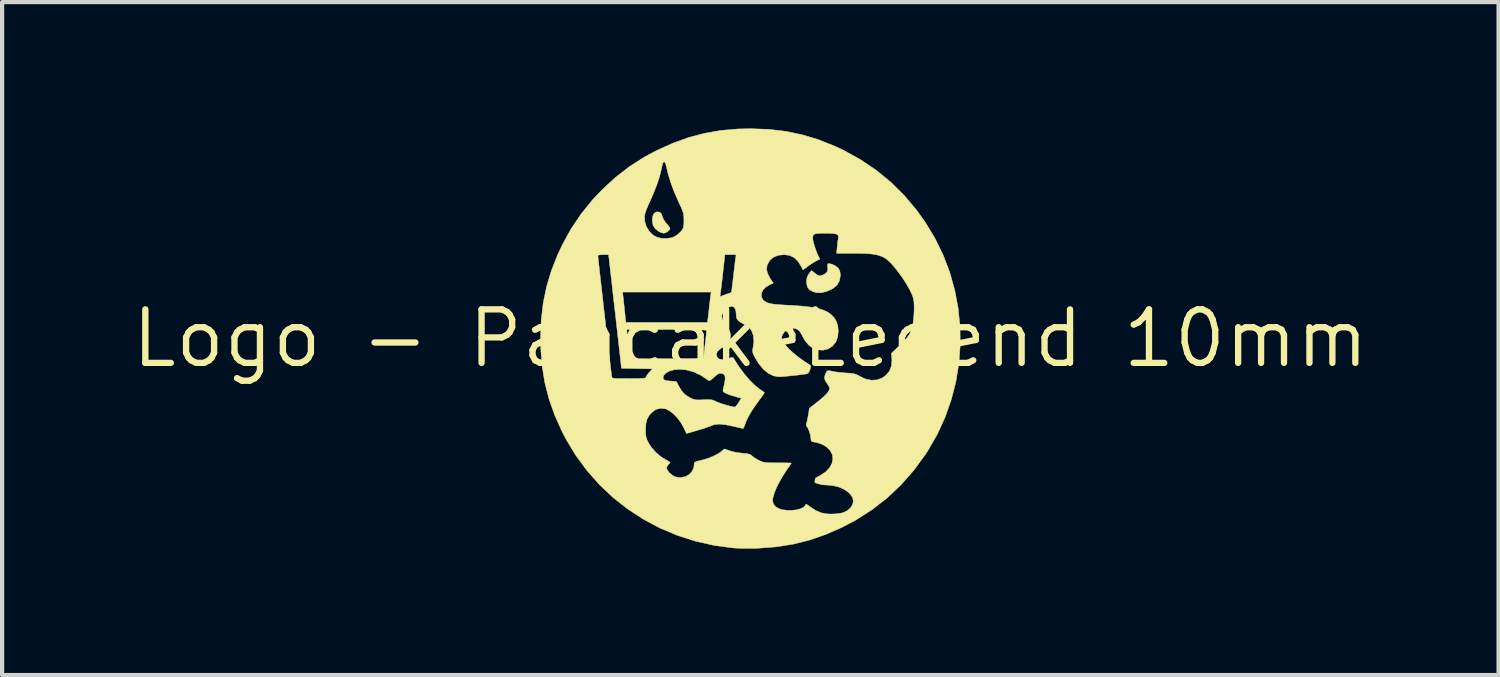
<source format=kicad_pcb>
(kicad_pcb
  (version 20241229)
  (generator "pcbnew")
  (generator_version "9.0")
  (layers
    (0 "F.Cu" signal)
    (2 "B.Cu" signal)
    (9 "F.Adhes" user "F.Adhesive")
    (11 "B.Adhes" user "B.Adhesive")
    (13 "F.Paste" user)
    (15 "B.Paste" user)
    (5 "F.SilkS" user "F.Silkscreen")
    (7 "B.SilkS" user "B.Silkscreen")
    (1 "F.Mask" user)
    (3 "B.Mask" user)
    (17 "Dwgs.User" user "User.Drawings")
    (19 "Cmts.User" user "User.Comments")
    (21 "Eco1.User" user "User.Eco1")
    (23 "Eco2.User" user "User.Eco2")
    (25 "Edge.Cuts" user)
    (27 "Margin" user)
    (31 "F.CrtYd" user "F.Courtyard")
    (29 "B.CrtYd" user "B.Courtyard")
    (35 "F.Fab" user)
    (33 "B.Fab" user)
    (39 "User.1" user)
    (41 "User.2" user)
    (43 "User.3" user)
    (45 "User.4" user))
  (footprint "Logo - PancakeLegend 10mm"
    (layer "F.Cu")
    (at 14.763 4.985)
    (property "Reference" "Logo - PancakeLegend 10mm" (at 0 0 0) (layer "F.SilkS") (effects (font (size 1.27 1.27) (thickness 0.15))))
    (attr through_hole)
    (fp_poly (pts (xy -2.146 -2.995) (xy -2.11 -2.959) (xy -2.087 -2.889) (xy -2.086 -2.885) (xy -2.063 -2.831) (xy -2.021 -2.766) (xy -1.988 -2.726) (xy -1.943 -2.673) (xy -1.913 -2.631) (xy -1.905 -2.612) (xy -1.922 -2.575) (xy -1.965 -2.536) (xy -2.016 -2.507) (xy -2.055 -2.498) (xy -2.108 -2.509) (xy -2.168 -2.536) (xy -2.171 -2.538) (xy -2.26 -2.607) (xy -2.31 -2.688) (xy -2.328 -2.789) (xy -2.328 -2.803) (xy -2.317 -2.905) (xy -2.284 -2.972) (xy -2.228 -3.003) (xy -2.203 -3.006) (xy -2.146 -2.995)) (stroke (width 0.01) (type solid)) (fill yes) (layer "F.SilkS"))
    (fp_poly (pts (xy 1.942 -1.762) (xy 2.022 -1.722) (xy 2.087 -1.668) (xy 2.092 -1.661) (xy 2.124 -1.603) (xy 2.137 -1.526) (xy 2.138 -1.493) (xy 2.118 -1.373) (xy 2.061 -1.272) (xy 1.967 -1.189) (xy 1.836 -1.126) (xy 1.792 -1.111) (xy 1.674 -1.085) (xy 1.575 -1.086) (xy 1.482 -1.113) (xy 1.482 -1.113) (xy 1.4 -1.162) (xy 1.353 -1.227) (xy 1.335 -1.318) (xy 1.334 -1.344) (xy 1.343 -1.435) (xy 1.375 -1.511) (xy 1.387 -1.53) (xy 1.422 -1.577) (xy 1.447 -1.605) (xy 1.453 -1.609) (xy 1.475 -1.596) (xy 1.516 -1.564) (xy 1.54 -1.543) (xy 1.595 -1.502) (xy 1.639 -1.487) (xy 1.679 -1.491) (xy 1.743 -1.515) (xy 1.795 -1.551) (xy 1.828 -1.59) (xy 1.839 -1.636) (xy 1.836 -1.688) (xy 1.832 -1.745) (xy 1.84 -1.771) (xy 1.863 -1.778) (xy 1.866 -1.778) (xy 1.942 -1.762)) (stroke (width 0.01) (type solid)) (fill yes) (layer "F.SilkS"))
    (fp_poly (pts (xy 0.434 -4.965) (xy 0.845 -4.917) (xy 1.241 -4.834) (xy 1.629 -4.716) (xy 2.015 -4.561) (xy 2.218 -4.465) (xy 2.621 -4.243) (xy 2.993 -3.991) (xy 3.338 -3.708) (xy 3.656 -3.393) (xy 3.949 -3.045) (xy 4.152 -2.761) (xy 4.384 -2.378) (xy 4.579 -1.978) (xy 4.736 -1.566) (xy 4.854 -1.143) (xy 4.935 -0.712) (xy 4.978 -0.277) (xy 4.983 0.16) (xy 4.951 0.595) (xy 4.88 1.027) (xy 4.771 1.453) (xy 4.625 1.868) (xy 4.441 2.272) (xy 4.218 2.66) (xy 4.152 2.761) (xy 3.876 3.137) (xy 3.574 3.479) (xy 3.247 3.788) (xy 2.893 4.063) (xy 2.512 4.307) (xy 2.191 4.477) (xy 1.799 4.65) (xy 1.411 4.785) (xy 1.018 4.884) (xy 0.612 4.948) (xy 0.185 4.981) (xy 0.124 4.983) (xy -0.011 4.985) (xy -0.151 4.984) (xy -0.282 4.981) (xy -0.389 4.975) (xy -0.408 4.974) (xy -0.865 4.912) (xy -1.31 4.811) (xy -1.739 4.673) (xy -2.151 4.499) (xy -2.544 4.289) (xy -2.916 4.046) (xy -3.264 3.772) (xy -3.587 3.466) (xy -3.882 3.132) (xy -4.148 2.769) (xy -4.382 2.381) (xy -4.466 2.218) (xy -4.493 2.159) (xy -2.487 2.159) (xy -2.485 2.256) (xy -2.477 2.328) (xy -2.459 2.39) (xy -2.428 2.459) (xy -2.426 2.463) (xy -2.349 2.585) (xy -2.243 2.705) (xy -2.121 2.808) (xy -2.022 2.87) (xy -1.961 2.904) (xy -1.919 2.931) (xy -1.905 2.944) (xy -1.919 2.966) (xy -1.947 2.995) (xy -1.984 3.05) (xy -1.979 3.111) (xy -1.932 3.178) (xy -1.921 3.189) (xy -1.846 3.252) (xy -1.778 3.287) (xy -1.7 3.301) (xy -1.656 3.302) (xy -1.546 3.283) (xy -1.453 3.232) (xy -1.382 3.155) (xy -1.341 3.058) (xy -1.334 2.995) (xy -1.332 2.963) (xy -1.32 2.941) (xy -1.291 2.925) (xy -1.235 2.909) (xy -1.169 2.894) (xy -1.021 2.852) (xy -0.879 2.796) (xy -0.757 2.732) (xy -0.684 2.68) (xy -0.617 2.623) (xy -0.483 2.668) (xy -0.392 2.693) (xy -0.282 2.713) (xy -0.18 2.725) (xy -0.09 2.733) (xy -0.031 2.744) (xy 0.01 2.763) (xy 0.042 2.79) (xy 0.091 2.828) (xy 0.161 2.871) (xy 0.212 2.898) (xy 0.259 2.919) (xy 0.303 2.934) (xy 0.351 2.944) (xy 0.413 2.949) (xy 0.497 2.952) (xy 0.613 2.953) (xy 0.651 2.953) (xy 0.762 2.953) (xy 0.857 2.954) (xy 0.928 2.956) (xy 0.968 2.958) (xy 0.974 2.96) (xy 0.962 2.979) (xy 0.932 3.023) (xy 0.89 3.085) (xy 0.881 3.097) (xy 0.781 3.249) (xy 0.693 3.4) (xy 0.62 3.545) (xy 0.567 3.676) (xy 0.536 3.787) (xy 0.529 3.85) (xy 0.549 3.931) (xy 0.605 3.998) (xy 0.694 4.047) (xy 0.757 4.065) (xy 0.872 4.08) (xy 0.988 4.081) (xy 1.098 4.068) (xy 1.193 4.043) (xy 1.264 4.009) (xy 1.303 3.967) (xy 1.306 3.957) (xy 1.316 3.939) (xy 1.334 3.939) (xy 1.37 3.96) (xy 1.43 4.003) (xy 1.558 4.087) (xy 1.683 4.139) (xy 1.819 4.164) (xy 1.917 4.169) (xy 2.016 4.165) (xy 2.114 4.154) (xy 2.192 4.139) (xy 2.195 4.138) (xy 2.296 4.093) (xy 2.374 4.027) (xy 2.426 3.948) (xy 2.446 3.864) (xy 2.43 3.781) (xy 2.425 3.771) (xy 2.352 3.673) (xy 2.245 3.591) (xy 2.111 3.53) (xy 1.957 3.492) (xy 1.831 3.481) (xy 1.746 3.476) (xy 1.671 3.466) (xy 1.623 3.453) (xy 1.574 3.436) (xy 1.541 3.429) (xy 1.533 3.412) (xy 1.534 3.373) (xy 1.541 3.333) (xy 1.552 3.311) (xy 1.571 3.3) (xy 1.617 3.276) (xy 1.669 3.248) (xy 1.793 3.164) (xy 1.883 3.068) (xy 1.939 2.964) (xy 1.959 2.858) (xy 1.944 2.753) (xy 1.893 2.657) (xy 1.805 2.572) (xy 1.733 2.528) (xy 1.653 2.495) (xy 1.569 2.469) (xy 1.534 2.463) (xy 1.476 2.452) (xy 1.448 2.436) (xy 1.44 2.406) (xy 1.439 2.393) (xy 1.432 2.329) (xy 1.414 2.252) (xy 1.389 2.178) (xy 1.363 2.119) (xy 1.345 2.096) (xy 1.325 2.058) (xy 1.332 2.024) (xy 1.344 1.981) (xy 1.359 1.91) (xy 1.374 1.827) (xy 1.376 1.818) (xy 1.402 1.658) (xy 1.613 1.491) (xy 1.727 1.397) (xy 1.808 1.319) (xy 1.858 1.256) (xy 1.881 1.202) (xy 1.884 1.18) (xy 1.872 1.148) (xy 1.842 1.096) (xy 1.818 1.062) (xy 1.778 1) (xy 1.762 0.952) (xy 1.765 0.903) (xy 1.783 0.841) (xy 1.808 0.793) (xy 1.828 0.771) (xy 1.855 0.764) (xy 1.9 0.769) (xy 1.95 0.781) (xy 2.023 0.794) (xy 2.121 0.806) (xy 2.229 0.816) (xy 2.275 0.819) (xy 2.379 0.826) (xy 2.452 0.836) (xy 2.507 0.851) (xy 2.556 0.874) (xy 2.582 0.89) (xy 2.727 0.96) (xy 2.869 0.991) (xy 3.004 0.984) (xy 3.129 0.939) (xy 3.218 0.876) (xy 3.303 0.774) (xy 3.35 0.655) (xy 3.362 0.516) (xy 3.36 0.484) (xy 3.348 0.354) (xy 3.522 0.189) (xy 3.634 0.079) (xy 3.716 -0.013) (xy 3.775 -0.096) (xy 3.815 -0.176) (xy 3.842 -0.262) (xy 3.844 -0.27) (xy 3.866 -0.386) (xy 3.881 -0.52) (xy 3.889 -0.66) (xy 3.889 -0.79) (xy 3.881 -0.899) (xy 3.875 -0.934) (xy 3.844 -1.031) (xy 3.788 -1.15) (xy 3.713 -1.283) (xy 3.625 -1.421) (xy 3.528 -1.558) (xy 3.43 -1.683) (xy 3.335 -1.791) (xy 3.248 -1.872) (xy 3.215 -1.896) (xy 3.145 -1.937) (xy 3.066 -1.968) (xy 2.974 -1.991) (xy 2.861 -2.007) (xy 2.722 -2.017) (xy 2.549 -2.021) (xy 2.448 -2.021) (xy 2.049 -2.021) (xy 2.061 -2.159) (xy 2.069 -2.244) (xy 2.079 -2.324) (xy 2.087 -2.369) (xy 2.092 -2.418) (xy 2.081 -2.452) (xy 2.049 -2.476) (xy 1.99 -2.489) (xy 1.899 -2.496) (xy 1.778 -2.498) (xy 1.66 -2.496) (xy 1.579 -2.491) (xy 1.526 -2.478) (xy 1.497 -2.456) (xy 1.484 -2.422) (xy 1.482 -2.381) (xy 1.49 -2.323) (xy 1.51 -2.24) (xy 1.54 -2.144) (xy 1.574 -2.049) (xy 1.609 -1.968) (xy 1.617 -1.952) (xy 1.652 -1.885) (xy 1.551 -1.832) (xy 1.473 -1.787) (xy 1.389 -1.731) (xy 1.351 -1.703) (xy 1.251 -1.627) (xy 1.216 -1.697) (xy 1.136 -1.826) (xy 1.045 -1.916) (xy 0.939 -1.969) (xy 0.813 -1.989) (xy 0.794 -1.99) (xy 0.658 -1.973) (xy 0.544 -1.925) (xy 0.458 -1.848) (xy 0.402 -1.745) (xy 0.401 -1.743) (xy 0.387 -1.647) (xy 0.407 -1.547) (xy 0.464 -1.437) (xy 0.475 -1.419) (xy 0.547 -1.313) (xy 0.456 -1.273) (xy 0.364 -1.217) (xy 0.299 -1.148) (xy 0.264 -1.072) (xy 0.261 -0.996) (xy 0.294 -0.927) (xy 0.318 -0.902) (xy 0.356 -0.874) (xy 0.398 -0.851) (xy 0.45 -0.834) (xy 0.518 -0.82) (xy 0.608 -0.809) (xy 0.725 -0.799) (xy 0.876 -0.79) (xy 0.974 -0.785) (xy 1.214 -0.769) (xy 1.415 -0.747) (xy 1.583 -0.718) (xy 1.72 -0.679) (xy 1.831 -0.629) (xy 1.919 -0.568) (xy 1.989 -0.493) (xy 2.038 -0.415) (xy 2.075 -0.308) (xy 2.088 -0.183) (xy 2.078 -0.057) (xy 2.044 0.056) (xy 2.029 0.085) (xy 1.949 0.183) (xy 1.847 0.248) (xy 1.73 0.278) (xy 1.604 0.271) (xy 1.491 0.232) (xy 1.39 0.162) (xy 1.3 0.056) (xy 1.228 -0.074) (xy 1.176 -0.166) (xy 1.113 -0.22) (xy 1.033 -0.242) (xy 1.008 -0.243) (xy 0.903 -0.225) (xy 0.82 -0.17) (xy 0.768 -0.095) (xy 0.748 -0.046) (xy 0.746 -0.008) (xy 0.762 0.04) (xy 0.773 0.063) (xy 0.824 0.145) (xy 0.908 0.24) (xy 1.019 0.344) (xy 1.151 0.45) (xy 1.299 0.555) (xy 1.408 0.625) (xy 1.429 0.643) (xy 1.433 0.672) (xy 1.421 0.724) (xy 1.417 0.736) (xy 1.394 0.793) (xy 1.366 0.83) (xy 1.357 0.835) (xy 1.316 0.844) (xy 1.244 0.854) (xy 1.149 0.866) (xy 1.041 0.879) (xy 0.931 0.89) (xy 0.828 0.9) (xy 0.742 0.907) (xy 0.683 0.91) (xy 0.677 0.91) (xy 0.55 0.888) (xy 0.425 0.827) (xy 0.306 0.727) (xy 0.195 0.591) (xy 0.094 0.422) (xy 0.094 0.42) (xy 0.063 0.353) (xy 0.053 0.302) (xy 0.059 0.247) (xy 0.063 0.228) (xy 0.084 0.073) (xy 0.072 -0.067) (xy 0.037 -0.169) (xy 0.003 -0.225) (xy -0.04 -0.269) (xy -0.105 -0.313) (xy -0.158 -0.342) (xy -0.242 -0.39) (xy -0.294 -0.431) (xy -0.323 -0.476) (xy -0.335 -0.535) (xy -0.337 -0.596) (xy -0.351 -0.687) (xy -0.387 -0.743) (xy -0.441 -0.763) (xy -0.508 -0.745) (xy -0.585 -0.689) (xy -0.595 -0.68) (xy -0.655 -0.606) (xy -0.677 -0.536) (xy -0.663 -0.46) (xy -0.613 -0.371) (xy -0.605 -0.36) (xy -0.558 -0.291) (xy -0.517 -0.225) (xy -0.499 -0.194) (xy -0.468 -0.093) (xy -0.477 0.007) (xy -0.524 0.099) (xy -0.606 0.177) (xy -0.628 0.191) (xy -0.719 0.252) (xy -0.775 0.305) (xy -0.801 0.356) (xy -0.804 0.383) (xy -0.787 0.447) (xy -0.739 0.488) (xy -0.666 0.504) (xy -0.574 0.495) (xy -0.505 0.472) (xy -0.449 0.452) (xy -0.419 0.448) (xy -0.402 0.462) (xy -0.393 0.476) (xy -0.276 0.662) (xy -0.147 0.837) (xy -0.014 0.993) (xy 0.119 1.123) (xy 0.23 1.211) (xy 0.285 1.248) (xy 0.324 1.275) (xy 0.336 1.283) (xy 0.327 1.301) (xy 0.297 1.346) (xy 0.252 1.41) (xy 0.207 1.47) (xy 0.072 1.66) (xy -0.03 1.825) (xy -0.099 1.966) (xy -0.121 2.027) (xy -0.143 2.088) (xy -0.162 2.128) (xy -0.172 2.138) (xy -0.198 2.133) (xy -0.256 2.12) (xy -0.336 2.102) (xy -0.406 2.085) (xy -0.585 2.049) (xy -0.73 2.034) (xy -0.841 2.041) (xy -0.907 2.064) (xy -0.948 2.082) (xy -1.02 2.108) (xy -1.114 2.139) (xy -1.22 2.171) (xy -1.239 2.177) (xy -1.515 2.257) (xy -1.586 2.108) (xy -1.651 1.993) (xy -1.734 1.885) (xy -1.825 1.79) (xy -1.918 1.717) (xy -2.003 1.674) (xy -2.01 1.672) (xy -2.128 1.658) (xy -2.232 1.682) (xy -2.319 1.74) (xy -2.399 1.823) (xy -2.45 1.914) (xy -2.478 2.022) (xy -2.487 2.159) (xy -4.493 2.159) (xy -4.641 1.829) (xy -4.778 1.443) (xy -4.878 1.053) (xy -4.944 0.651) (xy -4.976 0.231) (xy -4.98 0) (xy -4.965 -0.43) (xy -4.918 -0.837) (xy -4.837 -1.23) (xy -4.721 -1.615) (xy -4.579 -1.974) (xy -3.62 -1.974) (xy -3.617 -1.948) (xy -3.611 -1.885) (xy -3.6 -1.788) (xy -3.586 -1.662) (xy -3.569 -1.511) (xy -3.55 -1.339) (xy -3.528 -1.15) (xy -3.505 -0.948) (xy -3.482 -0.738) (xy -3.457 -0.525) (xy -3.433 -0.311) (xy -3.409 -0.102) (xy -3.385 0.099) (xy -3.364 0.286) (xy -3.344 0.457) (xy -3.326 0.606) (xy -3.312 0.73) (xy -3.3 0.824) (xy -3.293 0.884) (xy -3.29 0.905) (xy -3.286 0.921) (xy -3.276 0.934) (xy -3.256 0.942) (xy -3.219 0.948) (xy -3.161 0.951) (xy -3.074 0.952) (xy -2.954 0.952) (xy -2.878 0.953) (xy -2.736 0.952) (xy -2.632 0.951) (xy -2.559 0.947) (xy -2.523 0.944) (xy -2.071 0.944) (xy -2.054 0.977) (xy -2.007 0.998) (xy -1.923 1.01) (xy -1.893 1.012) (xy -1.755 1.021) (xy -1.704 1.121) (xy -1.634 1.24) (xy -1.555 1.327) (xy -1.457 1.394) (xy -1.427 1.409) (xy -1.368 1.437) (xy -1.318 1.452) (xy -1.263 1.459) (xy -1.19 1.459) (xy -1.116 1.455) (xy -1.019 1.451) (xy -0.952 1.452) (xy -0.901 1.461) (xy -0.853 1.479) (xy -0.82 1.495) (xy -0.758 1.521) (xy -0.671 1.551) (xy -0.574 1.581) (xy -0.479 1.607) (xy -0.402 1.624) (xy -0.368 1.628) (xy -0.345 1.613) (xy -0.31 1.57) (xy -0.279 1.524) (xy -0.214 1.418) (xy -0.271 1.406) (xy -0.485 1.341) (xy -0.567 1.307) (xy -0.624 1.279) (xy -0.648 1.254) (xy -0.649 1.224) (xy -0.648 1.22) (xy -0.616 1.084) (xy -0.599 0.983) (xy -0.599 0.911) (xy -0.616 0.864) (xy -0.65 0.839) (xy -0.692 0.83) (xy -0.735 0.831) (xy -0.777 0.85) (xy -0.83 0.892) (xy -0.861 0.921) (xy -0.922 0.974) (xy -0.967 1.001) (xy -0.986 1.002) (xy -1.166 0.879) (xy -1.342 0.795) (xy -1.518 0.747) (xy -1.686 0.734) (xy -1.81 0.744) (xy -1.918 0.774) (xy -2.002 0.819) (xy -2.054 0.876) (xy -2.063 0.894) (xy -2.071 0.944) (xy -2.523 0.944) (xy -2.512 0.942) (xy -2.487 0.935) (xy -2.477 0.925) (xy -2.477 0.921) (xy -2.463 0.888) (xy -2.429 0.839) (xy -2.4 0.805) (xy -2.324 0.721) (xy -2.691 0.715) (xy -3.059 0.709) (xy -3.163 -0.212) (xy -2.934 -0.212) (xy -2.897 0.111) (xy -2.884 0.225) (xy -2.873 0.325) (xy -2.864 0.402) (xy -2.859 0.45) (xy -2.859 0.461) (xy -2.85 0.467) (xy -2.823 0.473) (xy -2.775 0.477) (xy -2.702 0.48) (xy -2.601 0.482) (xy -2.469 0.483) (xy -2.303 0.483) (xy -2.099 0.482) (xy -1.984 0.482) (xy -1.112 0.476) (xy -1.076 0.159) (xy -1.063 0.046) (xy -1.052 -0.053) (xy -1.044 -0.13) (xy -1.039 -0.176) (xy -1.038 -0.185) (xy -1.046 -0.192) (xy -1.074 -0.197) (xy -1.123 -0.202) (xy -1.196 -0.205) (xy -1.298 -0.208) (xy -1.431 -0.21) (xy -1.598 -0.211) (xy -1.802 -0.212) (xy -1.986 -0.212) (xy -2.934 -0.212) (xy -3.163 -0.212) (xy -3.211 -0.635) (xy -3.238 -0.869) (xy -3.263 -1.09) (xy -3.264 -1.101) (xy -3.033 -1.101) (xy -3.021 -1) (xy -3.014 -0.939) (xy -3.004 -0.848) (xy -2.993 -0.74) (xy -2.982 -0.64) (xy -2.956 -0.381) (xy -1.02 -0.381) (xy -1.008 -0.46) (xy -1 -0.516) (xy -0.99 -0.6) (xy -0.979 -0.699) (xy -0.974 -0.751) (xy -0.963 -0.85) (xy -0.953 -0.94) (xy -0.945 -1.003) (xy -0.718 -1.003) (xy -0.701 -0.999) (xy -0.686 -1.005) (xy -0.642 -1.022) (xy -0.578 -1.046) (xy -0.55 -1.056) (xy -0.494 -1.076) (xy -0.457 -1.089) (xy -0.451 -1.091) (xy -0.447 -1.111) (xy -0.439 -1.167) (xy -0.429 -1.251) (xy -0.416 -1.357) (xy -0.403 -1.461) (xy -0.389 -1.588) (xy -0.375 -1.706) (xy -0.363 -1.805) (xy -0.354 -1.878) (xy -0.349 -1.91) (xy -0.338 -1.99) (xy -0.604 -1.99) (xy -0.653 -1.54) (xy -0.668 -1.403) (xy -0.683 -1.279) (xy -0.696 -1.173) (xy -0.706 -1.093) (xy -0.713 -1.046) (xy -0.714 -1.039) (xy -0.718 -1.003) (xy -0.945 -1.003) (xy -0.944 -1.008) (xy -0.941 -1.032) (xy -0.929 -1.101) (xy -3.033 -1.101) (xy -3.264 -1.101) (xy -3.286 -1.294) (xy -3.307 -1.479) (xy -3.325 -1.641) (xy -3.341 -1.775) (xy -3.352 -1.88) (xy -3.36 -1.95) (xy -3.364 -1.982) (xy -3.364 -1.984) (xy -3.384 -1.989) (xy -3.432 -1.991) (xy -3.494 -1.989) (xy -3.555 -1.986) (xy -3.602 -1.98) (xy -3.62 -1.974) (xy -4.579 -1.974) (xy -4.568 -2) (xy -4.463 -2.224) (xy -4.255 -2.604) (xy -4.124 -2.798) (xy -2.51 -2.798) (xy -2.475 -2.671) (xy -2.409 -2.555) (xy -2.318 -2.462) (xy -2.234 -2.411) (xy -2.12 -2.378) (xy -1.992 -2.372) (xy -1.869 -2.392) (xy -1.8 -2.418) (xy -1.727 -2.466) (xy -1.658 -2.528) (xy -1.642 -2.547) (xy -1.609 -2.591) (xy -1.59 -2.631) (xy -1.58 -2.681) (xy -1.577 -2.752) (xy -1.577 -2.801) (xy -1.578 -2.87) (xy -1.582 -2.926) (xy -1.592 -2.979) (xy -1.611 -3.037) (xy -1.642 -3.111) (xy -1.688 -3.209) (xy -1.708 -3.254) (xy -1.806 -3.477) (xy -1.889 -3.7) (xy -1.953 -3.911) (xy -1.99 -4.069) (xy -2.01 -4.145) (xy -2.031 -4.186) (xy -2.043 -4.191) (xy -2.06 -4.187) (xy -2.073 -4.171) (xy -2.086 -4.135) (xy -2.101 -4.07) (xy -2.117 -3.994) (xy -2.16 -3.823) (xy -2.227 -3.626) (xy -2.314 -3.41) (xy -2.378 -3.267) (xy -2.424 -3.164) (xy -2.464 -3.067) (xy -2.494 -2.985) (xy -2.509 -2.93) (xy -2.51 -2.928) (xy -2.51 -2.798) (xy -4.124 -2.798) (xy -4.016 -2.958) (xy -3.744 -3.293) (xy -3.525 -3.525) (xy -3.203 -3.823) (xy -2.865 -4.084) (xy -2.508 -4.311) (xy -2.217 -4.466) (xy -1.835 -4.637) (xy -1.461 -4.772) (xy -1.086 -4.871) (xy -0.703 -4.938) (xy -0.303 -4.973) (xy 0 -4.98) (xy 0.434 -4.965)) (stroke (width 0.01) (type solid)) (fill yes) (layer "F.SilkS")))
  (gr_rect
    (start -3 -3)
    (end 32.527 12.976)
    (stroke (width 0.1) (type default))
    (fill no)
    (layer "Edge.Cuts")))
</source>
